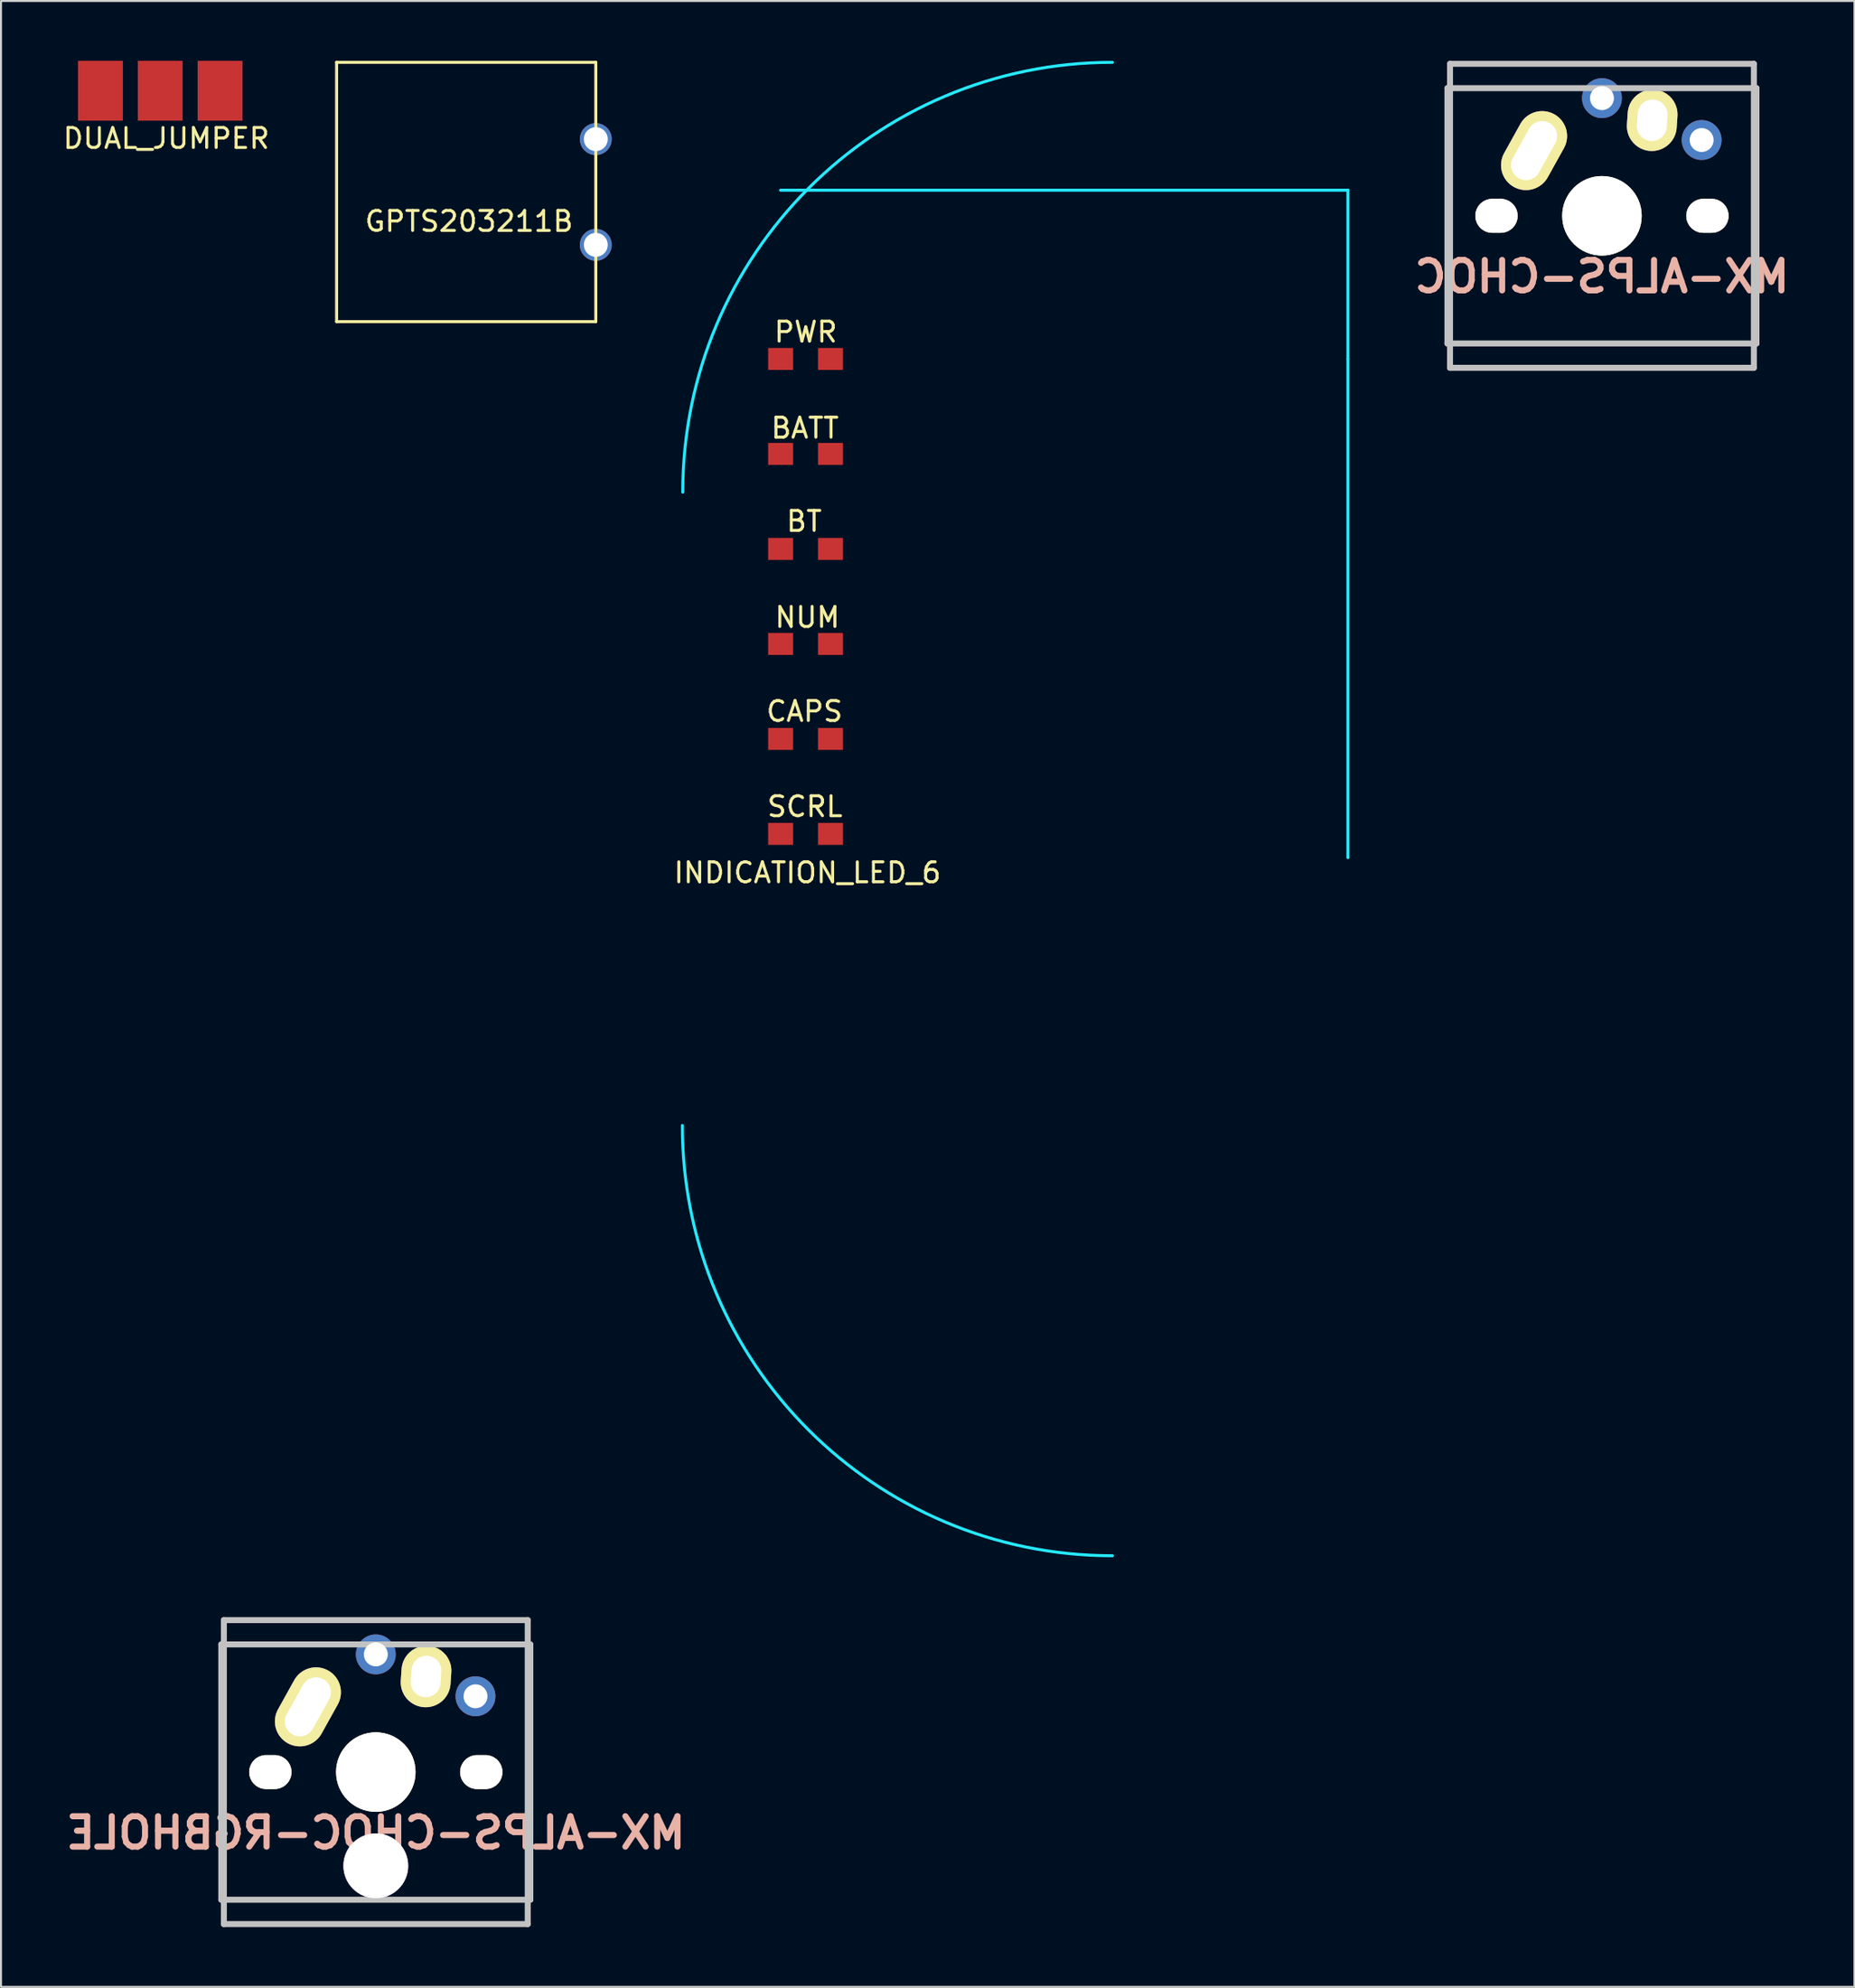
<source format=kicad_pcb>
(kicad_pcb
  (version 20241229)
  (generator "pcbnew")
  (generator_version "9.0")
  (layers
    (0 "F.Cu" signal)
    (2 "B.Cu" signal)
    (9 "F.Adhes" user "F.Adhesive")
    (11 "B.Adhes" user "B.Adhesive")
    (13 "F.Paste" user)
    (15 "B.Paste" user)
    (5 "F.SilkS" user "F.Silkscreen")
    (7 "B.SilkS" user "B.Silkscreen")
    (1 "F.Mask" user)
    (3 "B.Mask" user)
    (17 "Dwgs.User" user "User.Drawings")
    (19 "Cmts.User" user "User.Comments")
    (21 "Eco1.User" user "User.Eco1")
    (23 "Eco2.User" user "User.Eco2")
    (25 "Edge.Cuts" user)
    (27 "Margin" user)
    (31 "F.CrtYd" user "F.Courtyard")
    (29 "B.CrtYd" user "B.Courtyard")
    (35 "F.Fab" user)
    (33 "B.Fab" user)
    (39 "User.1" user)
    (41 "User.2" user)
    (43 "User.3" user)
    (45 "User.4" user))
  (footprint "MX-ALPS-CHOC"
    (layer "F.Cu")
    (at 77.298 7.77)
    (property "Reference" "MX-ALPS-CHOC" (at 0 3.048 0) (layer "B.SilkS") (effects (font (size 1.524 1.524) (thickness 0.305)) (justify mirror)))
    (attr through_hole)
    (fp_line (start -7.75 6.4) (end -7.75 -6.4) (stroke (width 0.3) (type solid)) (layer "Dwgs.User"))
    (fp_line (start -7.75 6.4) (end 7.75 6.4) (stroke (width 0.3) (type solid)) (layer "Dwgs.User"))
    (fp_line (start -7.62 -7.62) (end 7.62 -7.62) (stroke (width 0.3) (type solid)) (layer "Dwgs.User"))
    (fp_line (start -7.62 7.62) (end -7.62 -7.62) (stroke (width 0.3) (type solid)) (layer "Dwgs.User"))
    (fp_line (start 7.62 -7.62) (end 7.62 7.62) (stroke (width 0.3) (type solid)) (layer "Dwgs.User"))
    (fp_line (start 7.62 7.62) (end -7.62 7.62) (stroke (width 0.3) (type solid)) (layer "Dwgs.User"))
    (fp_line (start 7.75 -6.4) (end -7.75 -6.4) (stroke (width 0.3) (type solid)) (layer "Dwgs.User"))
    (fp_line (start 7.75 6.4) (end 7.75 -6.4) (stroke (width 0.3) (type solid)) (layer "Dwgs.User"))
    (pad "" np_thru_hole oval (at -5.29 0) (size 2.122 1.702) (drill oval 2.122 1.702) (layers "*.Cu" "*.Mask" "F.SilkS"))
    (pad "" np_thru_hole circle (at 0 0) (size 3.988 3.988) (drill 3.988) (layers "*.Cu" "*.Mask" "F.SilkS"))
    (pad "" np_thru_hole oval (at 5.29 0) (size 2.122 1.702) (drill oval 2.122 1.702) (layers "*.Cu" "*.Mask" "F.SilkS"))
    (pad "1" thru_hole oval (at -3.405 -3.27 330.95) (size 2.5 4.17) (drill oval 1.5 3.17) (layers "*.Cu" "*.Mask" "F.SilkS"))
    (pad "1" thru_hole circle (at 0 -5.9) (size 2 2) (drill 1.2) (layers "*.Cu" "*.Mask"))
    (pad "2" thru_hole oval (at 2.52 -4.79 356.1) (size 2.5 3.08) (drill oval 1.5 2.08) (layers "*.Cu" "*.Mask" "F.SilkS"))
    (pad "2" thru_hole circle (at 5 -3.8) (size 2 2) (drill 1.2) (layers "*.Cu" "*.Mask")))
  (footprint "INDICATION_LED_6"
    (layer "F.Cu")
    (at 36.103 14.945)
    (property "Reference" "INDICATION_LED_6" (at 1.346 25.756 0) (layer "F.SilkS") (effects (font (size 1 1) (thickness 0.15))))
    (attr through_hole)
    (fp_line (start 0 -8.458) (end 28.453 -8.458) (stroke (width 0.15) (type solid)) (layer "B.CrtYd"))
    (fp_line (start 28.453 -8.458) (end 28.453 0) (stroke (width 0.15) (type solid)) (layer "B.CrtYd"))
    (fp_line (start 28.453 0) (end 28.453 25) (stroke (width 0.15) (type solid)) (layer "B.CrtYd"))
    (fp_arc (start -4.9076 6.6802) (mid 1.404249 -8.557951) (end 16.6424 -14.8698) (stroke (width 0.15) (type solid)) (layer "B.CrtYd"))
    (fp_arc (start 16.6424 60) (mid 1.390248 53.682352) (end -4.9274 38.4302) (stroke (width 0.15) (type solid)) (layer "B.CrtYd"))
    (fp_text user "BATT" (at 1.219 3.465 0) (layer "F.SilkS") (effects (font (size 1 1) (thickness 0.15))))
    (fp_text user "SCRL" (at 1.219 22.443 0) (layer "F.SilkS") (effects (font (size 1 1) (thickness 0.15))))
    (fp_text user "BT" (at 1.179 8.138 0) (layer "F.SilkS") (effects (font (size 1 1) (thickness 0.15))))
    (fp_text user "CAPS" (at 1.199 17.668 0) (layer "F.SilkS") (effects (font (size 1 1) (thickness 0.15))))
    (fp_text user "NUM" (at 1.341 12.954 0) (layer "F.SilkS") (effects (font (size 1 1) (thickness 0.15))))
    (fp_text user "PWR" (at 1.26 -1.351 0) (layer "F.SilkS") (effects (font (size 1 1) (thickness 0.15))))
    (pad "1" smd rect (at 0 0) (size 1.25 1.1) (layers "F.Cu" "F.Mask" "F.Paste"))
    (pad "2" smd rect (at 2.5 0) (size 1.25 1.1) (layers "F.Cu" "F.Mask" "F.Paste"))
    (pad "3" smd rect (at 0 4.763) (size 1.25 1.1) (layers "F.Cu" "F.Mask" "F.Paste"))
    (pad "4" smd rect (at 2.5 4.763) (size 1.25 1.1) (layers "F.Cu" "F.Mask" "F.Paste"))
    (pad "5" smd rect (at 0 9.525) (size 1.25 1.1) (layers "F.Cu" "F.Mask" "F.Paste"))
    (pad "6" smd rect (at 2.5 9.525) (size 1.25 1.1) (layers "F.Cu" "F.Mask" "F.Paste"))
    (pad "7" smd rect (at 0 14.287) (size 1.25 1.1) (layers "F.Cu" "F.Mask" "F.Paste"))
    (pad "8" smd rect (at 2.5 14.287) (size 1.25 1.1) (layers "F.Cu" "F.Mask" "F.Paste"))
    (pad "9" smd rect (at 0 19.05) (size 1.25 1.1) (layers "F.Cu" "F.Mask" "F.Paste"))
    (pad "10" smd rect (at 2.5 19.05) (size 1.25 1.1) (layers "F.Cu" "F.Mask" "F.Paste"))
    (pad "11" smd rect (at 0 23.812) (size 1.25 1.1) (layers "F.Cu" "F.Mask" "F.Paste"))
    (pad "12" smd rect (at 2.5 23.812) (size 1.25 1.1) (layers "F.Cu" "F.Mask" "F.Paste")))
  (footprint "GPTS203211B"
    (layer "F.Cu")
    (at 13.833 13.075)
    (property "Reference" "GPTS203211B" (at 6.645 -5.029 0) (layer "F.SilkS") (effects (font (size 1 1) (thickness 0.15))))
    (attr through_hole)
    (fp_line (start 0 -13) (end 13 -13) (stroke (width 0.15) (type solid)) (layer "F.SilkS"))
    (fp_line (start 0 0) (end 0 -13) (stroke (width 0.15) (type solid)) (layer "F.SilkS"))
    (fp_line (start 13 -13) (end 13 0) (stroke (width 0.15) (type solid)) (layer "F.SilkS"))
    (fp_line (start 13 0) (end 0 0) (stroke (width 0.15) (type solid)) (layer "F.SilkS"))
    (pad "1" thru_hole circle (at 13 -3.85) (size 1.6 1.6) (drill 1.2) (layers "*.Cu" "*.Mask"))
    (pad "2" thru_hole circle (at 13 -9.15) (size 1.6 1.6) (drill 1.2) (layers "*.Cu" "*.Mask")))
  (footprint "DUAL_JUMPER"
    (layer "F.Cu")
    (at 4.987 1.5)
    (property "Reference" "DUAL_JUMPER" (at 0.305 2.388 0) (layer "F.SilkS") (effects (font (size 1 1) (thickness 0.15))))
    (attr through_hole)
    (pad "1" smd rect (at -3 0) (size 2.25 3) (layers "F.Cu" "F.Mask" "F.Paste"))
    (pad "2" smd rect (at 0 0) (size 2.25 3) (layers "F.Cu" "F.Mask" "F.Paste"))
    (pad "3" smd rect (at 3 0) (size 2.25 3) (layers "F.Cu" "F.Mask" "F.Paste")))
  (footprint "MX-ALPS-CHOC-RGBHOLE"
    (layer "F.Cu")
    (at 15.799 85.79)
    (property "Reference" "MX-ALPS-CHOC-RGBHOLE" (at 0 3.048 0) (layer "B.SilkS") (effects (font (size 1.524 1.524) (thickness 0.305)) (justify mirror)))
    (attr through_hole)
    (fp_line (start -7.75 6.4) (end -7.75 -6.4) (stroke (width 0.3) (type solid)) (layer "Dwgs.User"))
    (fp_line (start -7.75 6.4) (end 7.75 6.4) (stroke (width 0.3) (type solid)) (layer "Dwgs.User"))
    (fp_line (start -7.62 -7.62) (end 7.62 -7.62) (stroke (width 0.3) (type solid)) (layer "Dwgs.User"))
    (fp_line (start -7.62 7.62) (end -7.62 -7.62) (stroke (width 0.3) (type solid)) (layer "Dwgs.User"))
    (fp_line (start 7.62 -7.62) (end 7.62 7.62) (stroke (width 0.3) (type solid)) (layer "Dwgs.User"))
    (fp_line (start 7.62 7.62) (end -7.62 7.62) (stroke (width 0.3) (type solid)) (layer "Dwgs.User"))
    (fp_line (start 7.75 -6.4) (end -7.75 -6.4) (stroke (width 0.3) (type solid)) (layer "Dwgs.User"))
    (fp_line (start 7.75 6.4) (end 7.75 -6.4) (stroke (width 0.3) (type solid)) (layer "Dwgs.User"))
    (pad "" np_thru_hole oval (at -5.29 0) (size 2.122 1.702) (drill oval 2.122 1.702) (layers "*.Cu" "*.Mask" "F.SilkS"))
    (pad "" np_thru_hole circle (at 0 0) (size 3.988 3.988) (drill 3.988) (layers "*.Cu" "*.Mask" "F.SilkS"))
    (pad "" np_thru_hole circle (at 0 4.7) (size 3.251 3.251) (drill 3.25) (layers "*.Cu" "*.Mask"))
    (pad "" np_thru_hole oval (at 5.29 0) (size 2.122 1.702) (drill oval 2.122 1.702) (layers "*.Cu" "*.Mask" "F.SilkS"))
    (pad "1" thru_hole oval (at -3.405 -3.27 330.95) (size 2.5 4.17) (drill oval 1.5 3.17) (layers "*.Cu" "*.Mask" "F.SilkS"))
    (pad "1" thru_hole circle (at 0 -5.9) (size 2 2) (drill 1.2) (layers "*.Cu" "*.Mask"))
    (pad "2" thru_hole oval (at 2.52 -4.79 356.1) (size 2.5 3.08) (drill oval 1.5 2.08) (layers "*.Cu" "*.Mask" "F.SilkS"))
    (pad "2" thru_hole circle (at 5 -3.8) (size 2 2) (drill 1.2) (layers "*.Cu" "*.Mask")))
  (gr_rect
    (start -3 -3)
    (end 89.964 96.56)
    (stroke (width 0.1) (type default))
    (fill no)
    (layer "Edge.Cuts")))
</source>
